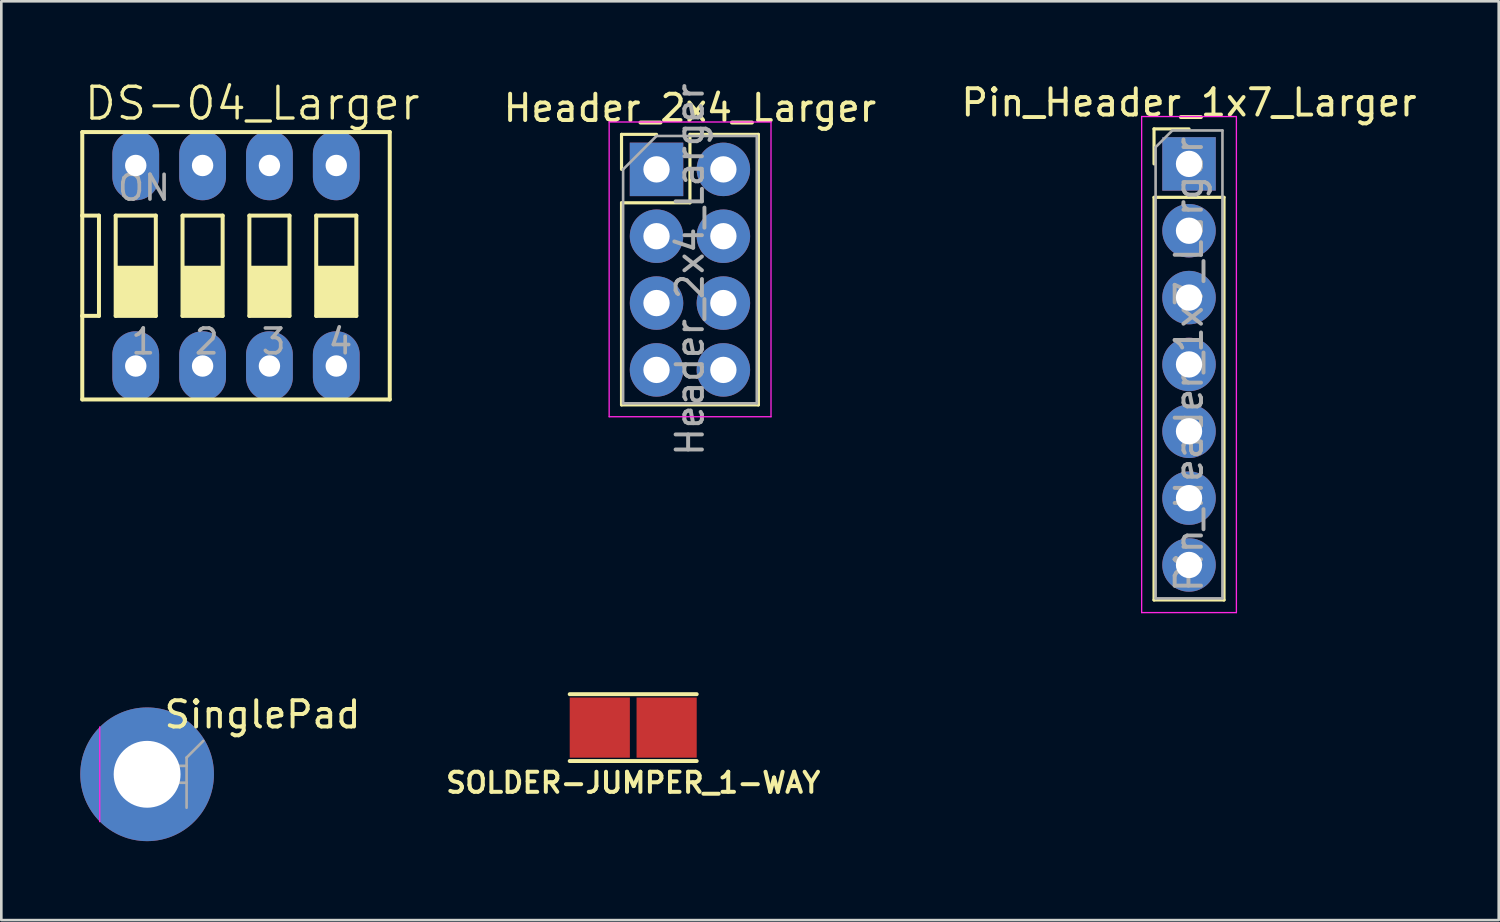
<source format=kicad_pcb>
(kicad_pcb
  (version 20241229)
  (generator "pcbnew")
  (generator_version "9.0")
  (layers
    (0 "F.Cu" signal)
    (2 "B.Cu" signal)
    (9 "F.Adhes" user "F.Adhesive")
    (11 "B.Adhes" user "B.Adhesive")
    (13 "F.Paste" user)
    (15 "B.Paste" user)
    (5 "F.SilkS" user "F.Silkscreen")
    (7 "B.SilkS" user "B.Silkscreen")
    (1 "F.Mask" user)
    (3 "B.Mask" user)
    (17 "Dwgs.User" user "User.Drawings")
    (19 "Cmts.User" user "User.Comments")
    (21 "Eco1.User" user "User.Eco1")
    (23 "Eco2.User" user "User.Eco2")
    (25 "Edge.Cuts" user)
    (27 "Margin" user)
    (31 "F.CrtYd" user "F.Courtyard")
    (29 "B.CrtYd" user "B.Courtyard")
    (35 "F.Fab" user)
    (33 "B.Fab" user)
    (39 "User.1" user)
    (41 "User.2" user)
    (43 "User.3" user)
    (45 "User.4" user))
  (footprint "SOLDER-JUMPER_1-WAY"
    (layer "F.Cu")
    (at 21.011 24.598)
    (property "Reference" "SOLDER-JUMPER_1-WAY" (at 0 2.095 0) (layer "F.SilkS") (effects (font (size 0.762 0.762) (thickness 0.152))))
    (attr through_hole)
    (fp_line (start -2.413 -1.27) (end 2.413 -1.27) (stroke (width 0.15) (type solid)) (layer "F.SilkS"))
    (fp_line (start -2.413 1.27) (end 2.413 1.27) (stroke (width 0.15) (type solid)) (layer "F.SilkS"))
    (pad "1" connect rect (at -1.27 0) (size 2.286 2.286) (layers "F.Cu" "F.Mask"))
    (pad "2" connect rect (at 1.27 0) (size 2.286 2.286) (layers "F.Cu" "F.Mask")))
  (footprint "DS-04_Larger"
    (layer "F.Cu")
    (at 5.918 7.048)
    (property "Reference" "DS-04_Larger" (at -5.842 -5.461 0) (layer "F.SilkS") (effects (font (size 1.206 1.206) (thickness 0.127)) (justify left bottom)))
    (attr through_hole)
    (fp_line (start -5.842 -5.08) (end -5.842 -1.905) (stroke (width 0.152) (type solid)) (layer "F.SilkS"))
    (fp_line (start -5.842 -1.905) (end -5.842 1.905) (stroke (width 0.152) (type solid)) (layer "F.SilkS"))
    (fp_line (start -5.842 -1.905) (end -5.207 -1.905) (stroke (width 0.152) (type solid)) (layer "F.SilkS"))
    (fp_line (start -5.842 1.905) (end -5.842 5.08) (stroke (width 0.152) (type solid)) (layer "F.SilkS"))
    (fp_line (start -5.842 1.905) (end -5.207 1.905) (stroke (width 0.152) (type solid)) (layer "F.SilkS"))
    (fp_line (start -5.842 5.08) (end 5.842 5.08) (stroke (width 0.152) (type solid)) (layer "F.SilkS"))
    (fp_line (start -5.207 1.905) (end -5.207 -1.905) (stroke (width 0.152) (type solid)) (layer "F.SilkS"))
    (fp_line (start -4.572 -1.905) (end -4.572 1.905) (stroke (width 0.152) (type solid)) (layer "F.SilkS"))
    (fp_line (start -4.572 -1.905) (end -3.048 -1.905) (stroke (width 0.152) (type solid)) (layer "F.SilkS"))
    (fp_line (start -3.048 1.905) (end -4.572 1.905) (stroke (width 0.152) (type solid)) (layer "F.SilkS"))
    (fp_line (start -3.048 1.905) (end -3.048 -1.905) (stroke (width 0.152) (type solid)) (layer "F.SilkS"))
    (fp_line (start -2.032 -1.905) (end -2.032 1.905) (stroke (width 0.152) (type solid)) (layer "F.SilkS"))
    (fp_line (start -2.032 -1.905) (end -0.508 -1.905) (stroke (width 0.152) (type solid)) (layer "F.SilkS"))
    (fp_line (start -0.508 1.905) (end -2.032 1.905) (stroke (width 0.152) (type solid)) (layer "F.SilkS"))
    (fp_line (start -0.508 1.905) (end -0.508 -1.905) (stroke (width 0.152) (type solid)) (layer "F.SilkS"))
    (fp_line (start 0.508 -1.905) (end 0.508 1.905) (stroke (width 0.152) (type solid)) (layer "F.SilkS"))
    (fp_line (start 0.508 -1.905) (end 2.032 -1.905) (stroke (width 0.152) (type solid)) (layer "F.SilkS"))
    (fp_line (start 2.032 1.905) (end 0.508 1.905) (stroke (width 0.152) (type solid)) (layer "F.SilkS"))
    (fp_line (start 2.032 1.905) (end 2.032 -1.905) (stroke (width 0.152) (type solid)) (layer "F.SilkS"))
    (fp_line (start 3.048 -1.905) (end 3.048 1.905) (stroke (width 0.152) (type solid)) (layer "F.SilkS"))
    (fp_line (start 3.048 -1.905) (end 4.572 -1.905) (stroke (width 0.152) (type solid)) (layer "F.SilkS"))
    (fp_line (start 4.572 1.905) (end 3.048 1.905) (stroke (width 0.152) (type solid)) (layer "F.SilkS"))
    (fp_line (start 4.572 1.905) (end 4.572 -1.905) (stroke (width 0.152) (type solid)) (layer "F.SilkS"))
    (fp_line (start 5.842 -5.08) (end -5.842 -5.08) (stroke (width 0.152) (type solid)) (layer "F.SilkS"))
    (fp_line (start 5.842 5.08) (end 5.842 -5.08) (stroke (width 0.152) (type solid)) (layer "F.SilkS"))
    (fp_poly (pts (xy -4.572 1.905) (xy -3.048 1.905) (xy -3.048 0) (xy -4.572 0)) (stroke (width 0) (type solid)) (fill yes) (layer "F.SilkS"))
    (fp_poly (pts (xy -2.032 1.905) (xy -0.508 1.905) (xy -0.508 0) (xy -2.032 0)) (stroke (width 0) (type solid)) (fill yes) (layer "F.SilkS"))
    (fp_poly (pts (xy 0.508 1.905) (xy 2.032 1.905) (xy 2.032 0) (xy 0.508 0)) (stroke (width 0) (type solid)) (fill yes) (layer "F.SilkS"))
    (fp_poly (pts (xy 3.048 1.905) (xy 4.572 1.905) (xy 4.572 0) (xy 3.048 0)) (stroke (width 0) (type solid)) (fill yes) (layer "F.SilkS"))
    (fp_text user "ON" (at -4.572 -2.413 0) (layer "F.Fab") (effects (font (size 0.941 0.941) (thickness 0.139)) (justify left bottom)))
    (fp_text user "1" (at -4.064 3.429 0) (layer "F.Fab") (effects (font (size 0.941 0.941) (thickness 0.139)) (justify left bottom)))
    (fp_text user "4" (at 3.429 3.429 0) (layer "F.Fab") (effects (font (size 0.941 0.941) (thickness 0.139)) (justify left bottom)))
    (fp_text user "2" (at -1.651 3.429 0) (layer "F.Fab") (effects (font (size 0.941 0.941) (thickness 0.139)) (justify left bottom)))
    (fp_text user "3" (at 0.889 3.429 0) (layer "F.Fab") (effects (font (size 0.941 0.941) (thickness 0.139)) (justify left bottom)))
    (pad "1" thru_hole oval (at -3.81 3.81 90) (size 2.642 1.778) (drill 0.813) (layers "*.Cu" "*.Mask"))
    (pad "2" thru_hole oval (at -1.27 3.81 90) (size 2.642 1.778) (drill 0.813) (layers "*.Cu" "*.Mask"))
    (pad "3" thru_hole oval (at 1.27 3.81 90) (size 2.642 1.778) (drill 0.813) (layers "*.Cu" "*.Mask"))
    (pad "4" thru_hole oval (at 3.81 3.81 90) (size 2.642 1.778) (drill 0.813) (layers "*.Cu" "*.Mask"))
    (pad "5" thru_hole oval (at 3.81 -3.81 90) (size 2.642 1.778) (drill 0.813) (layers "*.Cu" "*.Mask"))
    (pad "6" thru_hole oval (at 1.27 -3.81 90) (size 2.642 1.778) (drill 0.813) (layers "*.Cu" "*.Mask"))
    (pad "7" thru_hole oval (at -1.27 -3.81 90) (size 2.642 1.778) (drill 0.813) (layers "*.Cu" "*.Mask"))
    (pad "8" thru_hole oval (at -3.81 -3.81 90) (size 2.642 1.778) (drill 0.813) (layers "*.Cu" "*.Mask")))
  (footprint "Header_2x4_Larger"
    (layer "F.Cu")
    (at 21.897 3.386)
    (property "Reference" "Header_2x4_Larger" (at 1.27 -2.33 0) (layer "F.SilkS") (effects (font (size 1 1) (thickness 0.15))))
    (attr through_hole)
    (fp_line (start -1.33 -1.33) (end 0 -1.33) (stroke (width 0.12) (type solid)) (layer "F.SilkS"))
    (fp_line (start -1.33 0) (end -1.33 -1.33) (stroke (width 0.12) (type solid)) (layer "F.SilkS"))
    (fp_line (start -1.33 1.27) (end -1.33 8.95) (stroke (width 0.12) (type solid)) (layer "F.SilkS"))
    (fp_line (start -1.33 1.27) (end 1.27 1.27) (stroke (width 0.12) (type solid)) (layer "F.SilkS"))
    (fp_line (start -1.33 8.95) (end 3.87 8.95) (stroke (width 0.12) (type solid)) (layer "F.SilkS"))
    (fp_line (start 1.27 -1.33) (end 3.87 -1.33) (stroke (width 0.12) (type solid)) (layer "F.SilkS"))
    (fp_line (start 1.27 1.27) (end 1.27 -1.33) (stroke (width 0.12) (type solid)) (layer "F.SilkS"))
    (fp_line (start 3.87 -1.33) (end 3.87 8.95) (stroke (width 0.12) (type solid)) (layer "F.SilkS"))
    (fp_line (start -1.8 -1.8) (end -1.8 9.4) (stroke (width 0.05) (type solid)) (layer "F.CrtYd"))
    (fp_line (start -1.8 9.4) (end 4.35 9.4) (stroke (width 0.05) (type solid)) (layer "F.CrtYd"))
    (fp_line (start 4.35 -1.8) (end -1.8 -1.8) (stroke (width 0.05) (type solid)) (layer "F.CrtYd"))
    (fp_line (start 4.35 9.4) (end 4.35 -1.8) (stroke (width 0.05) (type solid)) (layer "F.CrtYd"))
    (fp_line (start -1.27 0) (end 0 -1.27) (stroke (width 0.1) (type solid)) (layer "F.Fab"))
    (fp_line (start -1.27 8.89) (end -1.27 0) (stroke (width 0.1) (type solid)) (layer "F.Fab"))
    (fp_line (start 0 -1.27) (end 3.81 -1.27) (stroke (width 0.1) (type solid)) (layer "F.Fab"))
    (fp_line (start 3.81 -1.27) (end 3.81 8.89) (stroke (width 0.1) (type solid)) (layer "F.Fab"))
    (fp_line (start 3.81 8.89) (end -1.27 8.89) (stroke (width 0.1) (type solid)) (layer "F.Fab"))
    (fp_text user "${REFERENCE}" (at 1.27 3.81 90) (layer "F.Fab") (effects (font (size 1 1) (thickness 0.15))))
    (pad "1" thru_hole rect (at 0 0) (size 2.032 2.032) (drill 1) (layers "*.Cu" "*.Mask"))
    (pad "2" thru_hole oval (at 2.54 0) (size 2.032 2.032) (drill 1) (layers "*.Cu" "*.Mask"))
    (pad "3" thru_hole oval (at 0 2.54) (size 2.032 2.032) (drill 1) (layers "*.Cu" "*.Mask"))
    (pad "4" thru_hole oval (at 2.54 2.54) (size 2.032 2.032) (drill 1) (layers "*.Cu" "*.Mask"))
    (pad "5" thru_hole oval (at 0 5.08) (size 2.032 2.032) (drill 1) (layers "*.Cu" "*.Mask"))
    (pad "6" thru_hole oval (at 2.54 5.08) (size 2.032 2.032) (drill 1) (layers "*.Cu" "*.Mask"))
    (pad "7" thru_hole oval (at 0 7.62) (size 2.032 2.032) (drill 1) (layers "*.Cu" "*.Mask"))
    (pad "8" thru_hole oval (at 2.54 7.62) (size 2.032 2.032) (drill 1) (layers "*.Cu" "*.Mask")))
  (footprint "SinglePad"
    (layer "F.Cu")
    (at 2.54 26.372)
    (property "Reference" "SinglePad" (at 4.385 -2.27 0) (layer "F.SilkS") (effects (font (size 1 1) (thickness 0.15))))
    (attr through_hole)
    (fp_line (start -1.8 -1.8) (end -1.8 1.8) (stroke (width 0.05) (type solid)) (layer "F.CrtYd"))
    (fp_line (start -0.32 -0.32) (end -0.32 0.32) (stroke (width 0.1) (type solid)) (layer "F.Fab"))
    (fp_line (start -0.32 -0.32) (end 1.5 -0.32) (stroke (width 0.1) (type solid)) (layer "F.Fab"))
    (fp_line (start -0.32 0.32) (end 1.5 0.32) (stroke (width 0.1) (type solid)) (layer "F.Fab"))
    (fp_line (start 1.5 -0.635) (end 2.135 -1.27) (stroke (width 0.1) (type solid)) (layer "F.Fab"))
    (fp_line (start 1.5 1.27) (end 1.5 -0.635) (stroke (width 0.1) (type solid)) (layer "F.Fab"))
    (pad "1" thru_hole circle (at 0 0) (size 5.08 5.08) (drill 2.54) (layers "*.Cu" "*.Mask")))
  (footprint "Pin_Header_1x7_Larger"
    (layer "F.Cu")
    (at 42.131 3.178)
    (property "Reference" "Pin_Header_1x7_Larger" (at 0 -2.33 0) (layer "F.SilkS") (effects (font (size 1 1) (thickness 0.15))))
    (attr through_hole)
    (fp_line (start -1.33 -1.33) (end 0 -1.33) (stroke (width 0.12) (type solid)) (layer "F.SilkS"))
    (fp_line (start -1.33 0) (end -1.33 -1.33) (stroke (width 0.12) (type solid)) (layer "F.SilkS"))
    (fp_line (start -1.33 1.27) (end -1.33 16.57) (stroke (width 0.12) (type solid)) (layer "F.SilkS"))
    (fp_line (start -1.33 1.27) (end 1.33 1.27) (stroke (width 0.12) (type solid)) (layer "F.SilkS"))
    (fp_line (start -1.33 16.57) (end 1.33 16.57) (stroke (width 0.12) (type solid)) (layer "F.SilkS"))
    (fp_line (start 1.33 1.27) (end 1.33 16.57) (stroke (width 0.12) (type solid)) (layer "F.SilkS"))
    (fp_line (start -1.8 -1.8) (end -1.8 17.05) (stroke (width 0.05) (type solid)) (layer "F.CrtYd"))
    (fp_line (start -1.8 17.05) (end 1.8 17.05) (stroke (width 0.05) (type solid)) (layer "F.CrtYd"))
    (fp_line (start 1.8 -1.8) (end -1.8 -1.8) (stroke (width 0.05) (type solid)) (layer "F.CrtYd"))
    (fp_line (start 1.8 17.05) (end 1.8 -1.8) (stroke (width 0.05) (type solid)) (layer "F.CrtYd"))
    (fp_line (start -1.27 -0.635) (end -0.635 -1.27) (stroke (width 0.1) (type solid)) (layer "F.Fab"))
    (fp_line (start -1.27 16.51) (end -1.27 -0.635) (stroke (width 0.1) (type solid)) (layer "F.Fab"))
    (fp_line (start -0.635 -1.27) (end 1.27 -1.27) (stroke (width 0.1) (type solid)) (layer "F.Fab"))
    (fp_line (start 1.27 -1.27) (end 1.27 16.51) (stroke (width 0.1) (type solid)) (layer "F.Fab"))
    (fp_line (start 1.27 16.51) (end -1.27 16.51) (stroke (width 0.1) (type solid)) (layer "F.Fab"))
    (fp_text user "${REFERENCE}" (at 0 7.62 90) (layer "F.Fab") (effects (font (size 1 1) (thickness 0.15))))
    (pad "1" thru_hole rect (at 0 0) (size 2.032 2.032) (drill 1) (layers "*.Cu" "*.Mask"))
    (pad "2" thru_hole oval (at 0 2.54) (size 2.032 2.032) (drill 1) (layers "*.Cu" "*.Mask"))
    (pad "3" thru_hole oval (at 0 5.08) (size 2.032 2.032) (drill 1) (layers "*.Cu" "*.Mask"))
    (pad "4" thru_hole oval (at 0 7.62) (size 2.032 2.032) (drill 1) (layers "*.Cu" "*.Mask"))
    (pad "5" thru_hole oval (at 0 10.16) (size 2.032 2.032) (drill 1) (layers "*.Cu" "*.Mask"))
    (pad "6" thru_hole oval (at 0 12.7) (size 2.032 2.032) (drill 1) (layers "*.Cu" "*.Mask"))
    (pad "7" thru_hole oval (at 0 15.24) (size 2.032 2.032) (drill 1) (layers "*.Cu" "*.Mask")))
  (gr_rect
    (start -3 -3)
    (end 53.899 31.912)
    (stroke (width 0.1) (type default))
    (fill no)
    (layer "Edge.Cuts")))
</source>
